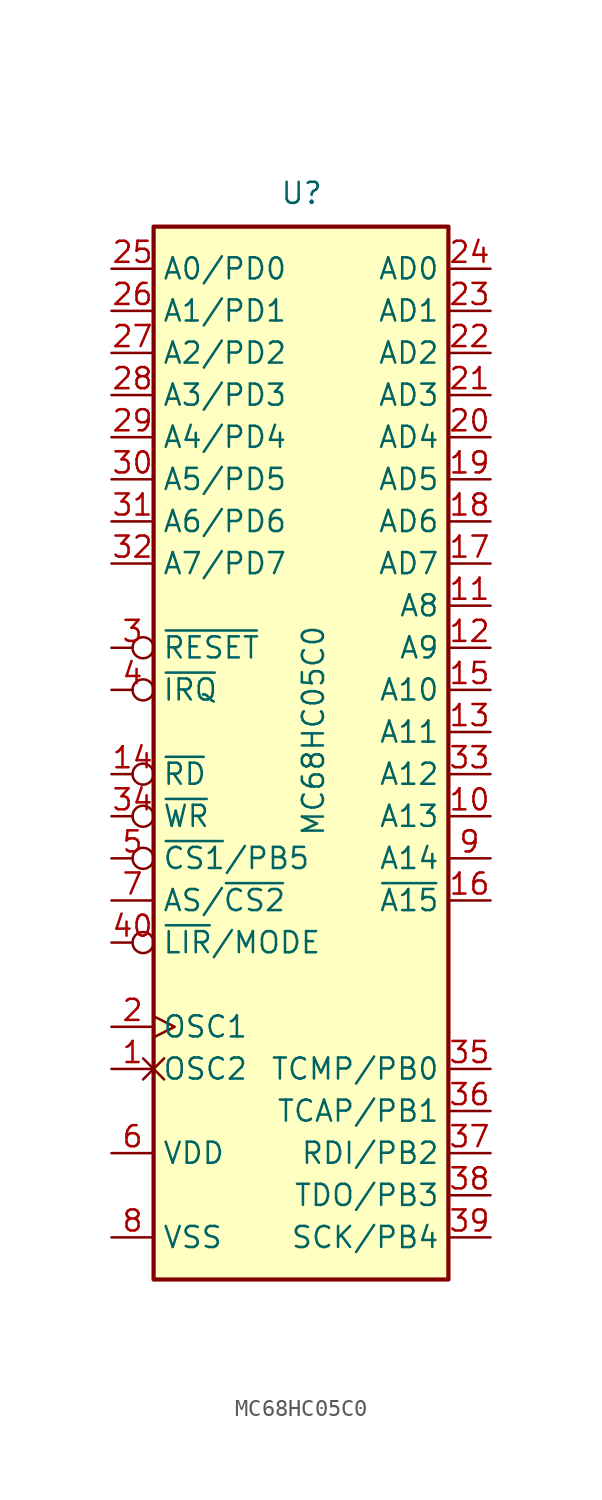
<source format=kicad_sym>
(kicad_symbol_lib
  (version 20231120)
  (generator "kicad_symbol_editor")
  (generator_version "8.0")
  (symbol "MC68HC05C0"
    (property "Reference" "U"
      (at -1.27 31.75 0)
      (effects (font (size 1.27 1.27)) (justify left bottom)))
    (property "Value" "MC68HC05C0"
      (at 0 -6.35 90)
      (effects (font (size 1.27 1.27)) (justify left top)))
    (symbol "MC68HC05C0_0_1"
      (rectangle (start -8.89 -33.02) (end 8.89 30.48) (stroke (width 0.254) (type default)) (fill (type background))))
    (symbol "MC68HC05C0_1_1"
      (pin output non_logic (at -11.43 -20.32 0) (length 2.54) (name "OSC2" (effects (font (size 1.27 1.27)))) (number "1" (effects (font (size 1.27 1.27)))))
      (pin output line (at 11.43 -5.08 180) (length 2.54) (name "A13" (effects (font (size 1.27 1.27)))) (number "10" (effects (font (size 1.27 1.27)))))
      (pin output line (at 11.43 7.62 180) (length 2.54) (name "A8" (effects (font (size 1.27 1.27)))) (number "11" (effects (font (size 1.27 1.27)))))
      (pin output line (at 11.43 5.08 180) (length 2.54) (name "A9" (effects (font (size 1.27 1.27)))) (number "12" (effects (font (size 1.27 1.27)))))
      (pin output line (at 11.43 0 180) (length 2.54) (name "A11" (effects (font (size 1.27 1.27)))) (number "13" (effects (font (size 1.27 1.27)))))
      (pin output inverted (at -11.43 -2.54 0) (length 2.54) (name "~{RD}" (effects (font (size 1.27 1.27)))) (number "14" (effects (font (size 1.27 1.27)))))
      (pin output line (at 11.43 2.54 180) (length 2.54) (name "A10" (effects (font (size 1.27 1.27)))) (number "15" (effects (font (size 1.27 1.27)))))
      (pin output line (at 11.43 -10.16 180) (length 2.54) (name "~{A15}" (effects (font (size 1.27 1.27)))) (number "16" (effects (font (size 1.27 1.27)))))
      (pin bidirectional line (at 11.43 10.16 180) (length 2.54) (name "AD7" (effects (font (size 1.27 1.27)))) (number "17" (effects (font (size 1.27 1.27)))))
      (pin bidirectional line (at 11.43 12.7 180) (length 2.54) (name "AD6" (effects (font (size 1.27 1.27)))) (number "18" (effects (font (size 1.27 1.27)))))
      (pin bidirectional line (at 11.43 15.24 180) (length 2.54) (name "AD5" (effects (font (size 1.27 1.27)))) (number "19" (effects (font (size 1.27 1.27)))))
      (pin input clock (at -11.43 -17.78 0) (length 2.54) (name "OSC1" (effects (font (size 1.27 1.27)))) (number "2" (effects (font (size 1.27 1.27)))))
      (pin bidirectional line (at 11.43 17.78 180) (length 2.54) (name "AD4" (effects (font (size 1.27 1.27)))) (number "20" (effects (font (size 1.27 1.27)))))
      (pin bidirectional line (at 11.43 20.32 180) (length 2.54) (name "AD3" (effects (font (size 1.27 1.27)))) (number "21" (effects (font (size 1.27 1.27)))))
      (pin bidirectional line (at 11.43 22.86 180) (length 2.54) (name "AD2" (effects (font (size 1.27 1.27)))) (number "22" (effects (font (size 1.27 1.27)))))
      (pin bidirectional line (at 11.43 25.4 180) (length 2.54) (name "AD1" (effects (font (size 1.27 1.27)))) (number "23" (effects (font (size 1.27 1.27)))))
      (pin bidirectional line (at 11.43 27.94 180) (length 2.54) (name "AD0" (effects (font (size 1.27 1.27)))) (number "24" (effects (font (size 1.27 1.27)))))
      (pin bidirectional line (at -11.43 27.94 0) (length 2.54) (name "A0/PD0" (effects (font (size 1.27 1.27)))) (number "25" (effects (font (size 1.27 1.27)))))
      (pin bidirectional line (at -11.43 25.4 0) (length 2.54) (name "A1/PD1" (effects (font (size 1.27 1.27)))) (number "26" (effects (font (size 1.27 1.27)))))
      (pin bidirectional line (at -11.43 22.86 0) (length 2.54) (name "A2/PD2" (effects (font (size 1.27 1.27)))) (number "27" (effects (font (size 1.27 1.27)))))
      (pin bidirectional line (at -11.43 20.32 0) (length 2.54) (name "A3/PD3" (effects (font (size 1.27 1.27)))) (number "28" (effects (font (size 1.27 1.27)))))
      (pin bidirectional line (at -11.43 17.78 0) (length 2.54) (name "A4/PD4" (effects (font (size 1.27 1.27)))) (number "29" (effects (font (size 1.27 1.27)))))
      (pin input inverted (at -11.43 5.08 0) (length 2.54) (name "~{RESET}" (effects (font (size 1.27 1.27)))) (number "3" (effects (font (size 1.27 1.27)))))
      (pin bidirectional line (at -11.43 15.24 0) (length 2.54) (name "A5/PD5" (effects (font (size 1.27 1.27)))) (number "30" (effects (font (size 1.27 1.27)))))
      (pin bidirectional line (at -11.43 12.7 0) (length 2.54) (name "A6/PD6" (effects (font (size 1.27 1.27)))) (number "31" (effects (font (size 1.27 1.27)))))
      (pin bidirectional line (at -11.43 10.16 0) (length 2.54) (name "A7/PD7" (effects (font (size 1.27 1.27)))) (number "32" (effects (font (size 1.27 1.27)))))
      (pin output line (at 11.43 -2.54 180) (length 2.54) (name "A12" (effects (font (size 1.27 1.27)))) (number "33" (effects (font (size 1.27 1.27)))))
      (pin output inverted (at -11.43 -5.08 0) (length 2.54) (name "~{WR}" (effects (font (size 1.27 1.27)))) (number "34" (effects (font (size 1.27 1.27)))))
      (pin bidirectional line (at 11.43 -20.32 180) (length 2.54) (name "TCMP/PB0" (effects (font (size 1.27 1.27)))) (number "35" (effects (font (size 1.27 1.27)))))
      (pin bidirectional line (at 11.43 -22.86 180) (length 2.54) (name "TCAP/PB1" (effects (font (size 1.27 1.27)))) (number "36" (effects (font (size 1.27 1.27)))))
      (pin bidirectional line (at 11.43 -25.4 180) (length 2.54) (name "RDI/PB2" (effects (font (size 1.27 1.27)))) (number "37" (effects (font (size 1.27 1.27)))))
      (pin bidirectional line (at 11.43 -27.94 180) (length 2.54) (name "TDO/PB3" (effects (font (size 1.27 1.27)))) (number "38" (effects (font (size 1.27 1.27)))))
      (pin bidirectional line (at 11.43 -30.48 180) (length 2.54) (name "SCK/PB4" (effects (font (size 1.27 1.27)))) (number "39" (effects (font (size 1.27 1.27)))))
      (pin input inverted (at -11.43 2.54 0) (length 2.54) (name "~{IRQ}" (effects (font (size 1.27 1.27)))) (number "4" (effects (font (size 1.27 1.27)))))
      (pin output inverted (at -11.43 -12.7 0) (length 2.54) (name "~{LIR}/MODE" (effects (font (size 1.27 1.27)))) (number "40" (effects (font (size 1.27 1.27)))))
      (pin output inverted (at -11.43 -7.62 0) (length 2.54) (name "~{CS1}/PB5" (effects (font (size 1.27 1.27)))) (number "5" (effects (font (size 1.27 1.27)))))
      (pin power_in line (at -11.43 -25.4 0) (length 2.54) (name "VDD" (effects (font (size 1.27 1.27)))) (number "6" (effects (font (size 1.27 1.27)))))
      (pin output line (at -11.43 -10.16 0) (length 2.54) (name "AS/~{CS2}" (effects (font (size 1.27 1.27)))) (number "7" (effects (font (size 1.27 1.27)))))
      (pin power_in line (at -11.43 -30.48 0) (length 2.54) (name "VSS" (effects (font (size 1.27 1.27)))) (number "8" (effects (font (size 1.27 1.27)))))
      (pin output line (at 11.43 -7.62 180) (length 2.54) (name "A14" (effects (font (size 1.27 1.27)))) (number "9" (effects (font (size 1.27 1.27))))))))
</source>
